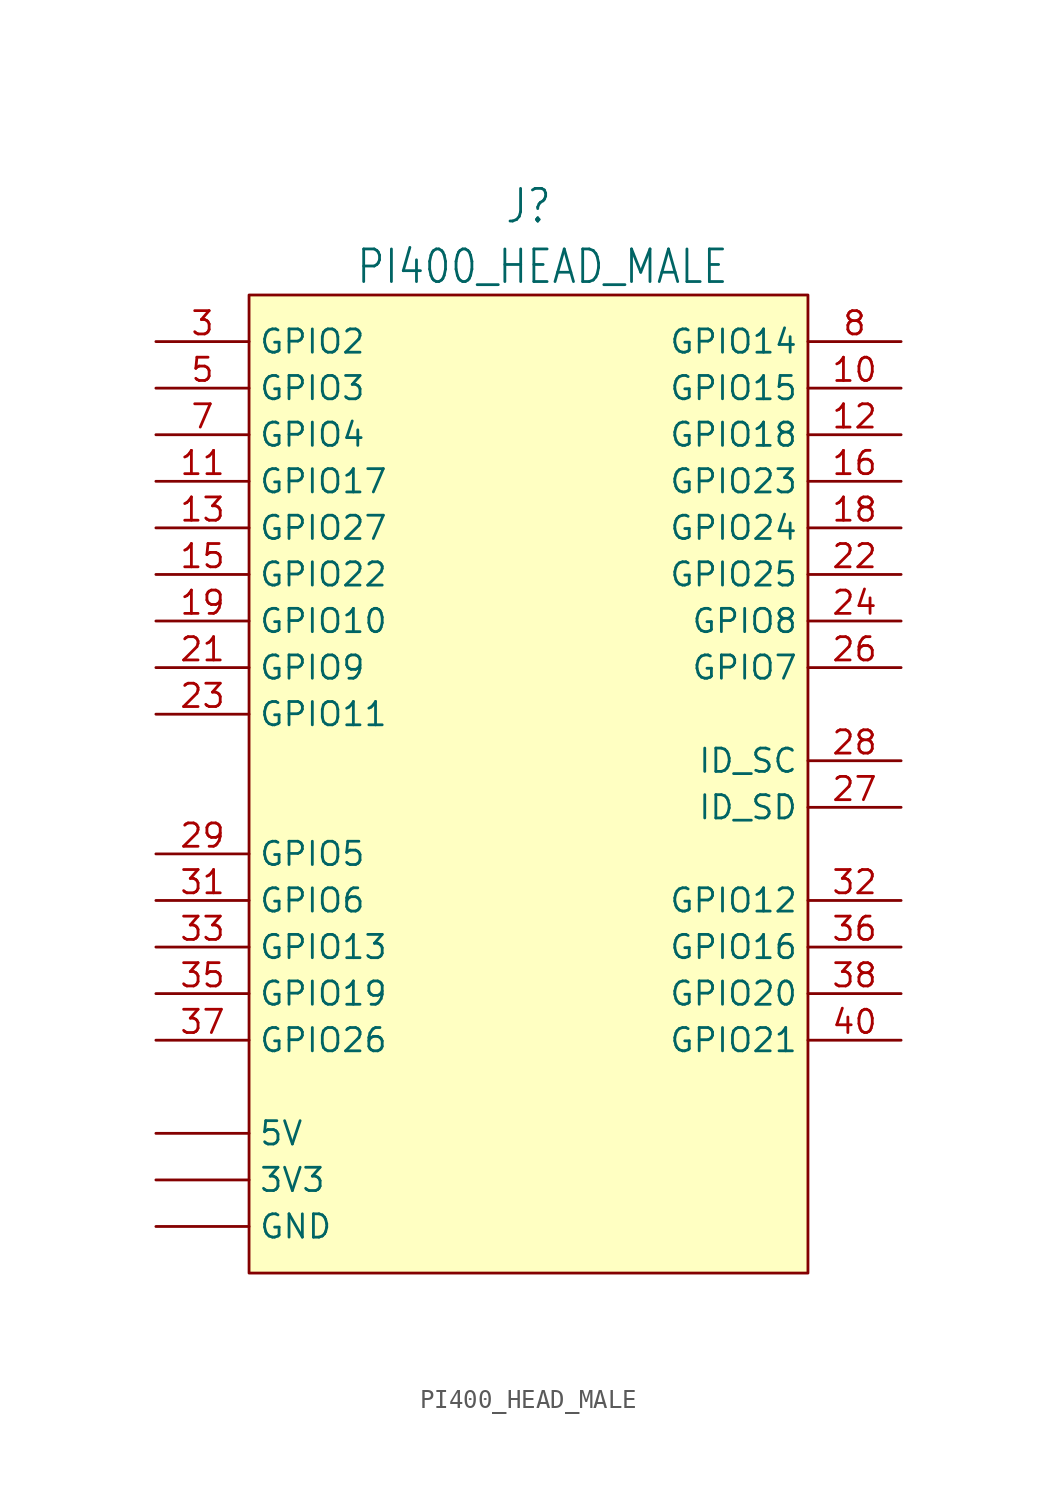
<source format=kicad_sym>
(kicad_symbol_lib
  (version 20241209)
  (generator "kicad_symbol_editor")
  (generator_version "9.0")
  (symbol "PI400_HEAD_MALE"
    (property "Reference" "J"
      (at 0 29.21 0)
      (effects (font (size 1.778 1.511)) (justify bottom)))
    (property "Value" "PI400_HEAD_MALE"
      (at 0.762 25.908 0)
      (effects (font (size 1.778 1.511)) (justify bottom)))
    (symbol "PI400_HEAD_MALE_1_0"
      (pin bidirectional line (at -20.32 22.86 0) (length 5.08) (name "GPIO2" (effects (font (size 1.27 1.27)))) (number "3" (effects (font (size 1.27 1.27)))))
      (pin bidirectional line (at -20.32 20.32 0) (length 5.08) (name "GPIO3" (effects (font (size 1.27 1.27)))) (number "5" (effects (font (size 1.27 1.27)))))
      (pin bidirectional line (at -20.32 17.78 0) (length 5.08) (name "GPIO4" (effects (font (size 1.27 1.27)))) (number "7" (effects (font (size 1.27 1.27)))))
      (pin bidirectional line (at -20.32 15.24 0) (length 5.08) (name "GPIO17" (effects (font (size 1.27 1.27)))) (number "11" (effects (font (size 1.27 1.27)))))
      (pin bidirectional line (at -20.32 12.7 0) (length 5.08) (name "GPIO27" (effects (font (size 1.27 1.27)))) (number "13" (effects (font (size 1.27 1.27)))))
      (pin bidirectional line (at -20.32 10.16 0) (length 5.08) (name "GPIO22" (effects (font (size 1.27 1.27)))) (number "15" (effects (font (size 1.27 1.27)))))
      (pin bidirectional line (at -20.32 7.62 0) (length 5.08) (name "GPIO10" (effects (font (size 1.27 1.27)))) (number "19" (effects (font (size 1.27 1.27)))))
      (pin bidirectional line (at -20.32 5.08 0) (length 5.08) (name "GPIO9" (effects (font (size 1.27 1.27)))) (number "21" (effects (font (size 1.27 1.27)))))
      (pin bidirectional line (at -20.32 2.54 0) (length 5.08) (name "GPIO11" (effects (font (size 1.27 1.27)))) (number "23" (effects (font (size 1.27 1.27)))))
      (pin bidirectional line (at -20.32 -5.08 0) (length 5.08) (name "GPIO5" (effects (font (size 1.27 1.27)))) (number "29" (effects (font (size 1.27 1.27)))))
      (pin bidirectional line (at -20.32 -7.62 0) (length 5.08) (name "GPIO6" (effects (font (size 1.27 1.27)))) (number "31" (effects (font (size 1.27 1.27)))))
      (pin bidirectional line (at -20.32 -10.16 0) (length 5.08) (name "GPIO13" (effects (font (size 1.27 1.27)))) (number "33" (effects (font (size 1.27 1.27)))))
      (pin bidirectional line (at -20.32 -12.7 0) (length 5.08) (name "GPIO19" (effects (font (size 1.27 1.27)))) (number "35" (effects (font (size 1.27 1.27)))))
      (pin bidirectional line (at -20.32 -15.24 0) (length 5.08) (name "GPIO26" (effects (font (size 1.27 1.27)))) (number "37" (effects (font (size 1.27 1.27)))))
      (pin power_in line (at -20.32 -20.32 0) (length 5.08) (name "5V" (effects (font (size 1.27 1.27)))) (number "2" (effects (font (size 0 0)))))
      (pin passive line (at -20.32 -20.32 0) (length 5.08) (hide yes) (name "5V" (effects (font (size 1.27 1.27)))) (number "4" (effects (font (size 0 0)))))
      (pin power_in line (at -20.32 -22.86 0) (length 5.08) (name "3V3" (effects (font (size 1.27 1.27)))) (number "1" (effects (font (size 0 0)))))
      (pin passive line (at -20.32 -22.86 0) (length 5.08) (hide yes) (name "3V3" (effects (font (size 1.27 1.27)))) (number "17" (effects (font (size 0 0)))))
      (pin passive line (at -20.32 -25.4 0) (length 5.08) (name "GND" (effects (font (size 1.27 1.27)))) (number "14" (effects (font (size 0 0)))))
      (pin passive line (at -20.32 -25.4 0) (length 5.08) (hide yes) (name "GND" (effects (font (size 1.27 1.27)))) (number "20" (effects (font (size 0 0)))))
      (pin passive line (at -20.32 -25.4 0) (length 5.08) (hide yes) (name "GND" (effects (font (size 1.27 1.27)))) (number "25" (effects (font (size 0 0)))))
      (pin passive line (at -20.32 -25.4 0) (length 5.08) (hide yes) (name "GND" (effects (font (size 1.27 1.27)))) (number "30" (effects (font (size 0 0)))))
      (pin passive line (at -20.32 -25.4 0) (length 5.08) (hide yes) (name "GND" (effects (font (size 1.27 1.27)))) (number "34" (effects (font (size 0 0)))))
      (pin passive line (at -20.32 -25.4 0) (length 5.08) (hide yes) (name "GND" (effects (font (size 1.27 1.27)))) (number "39" (effects (font (size 0 0)))))
      (pin passive line (at -20.32 -25.4 0) (length 5.08) (hide yes) (name "GND" (effects (font (size 1.27 1.27)))) (number "6" (effects (font (size 0 0)))))
      (pin passive line (at -20.32 -25.4 0) (length 5.08) (hide yes) (name "GND" (effects (font (size 1.27 1.27)))) (number "9" (effects (font (size 0 0)))))
      (pin bidirectional line (at 20.32 22.86 180) (length 5.08) (name "GPIO14" (effects (font (size 1.27 1.27)))) (number "8" (effects (font (size 1.27 1.27)))))
      (pin bidirectional line (at 20.32 20.32 180) (length 5.08) (name "GPIO15" (effects (font (size 1.27 1.27)))) (number "10" (effects (font (size 1.27 1.27)))))
      (pin bidirectional line (at 20.32 17.78 180) (length 5.08) (name "GPIO18" (effects (font (size 1.27 1.27)))) (number "12" (effects (font (size 1.27 1.27)))))
      (pin bidirectional line (at 20.32 15.24 180) (length 5.08) (name "GPIO23" (effects (font (size 1.27 1.27)))) (number "16" (effects (font (size 1.27 1.27)))))
      (pin bidirectional line (at 20.32 12.7 180) (length 5.08) (name "GPIO24" (effects (font (size 1.27 1.27)))) (number "18" (effects (font (size 1.27 1.27)))))
      (pin bidirectional line (at 20.32 10.16 180) (length 5.08) (name "GPIO25" (effects (font (size 1.27 1.27)))) (number "22" (effects (font (size 1.27 1.27)))))
      (pin bidirectional line (at 20.32 7.62 180) (length 5.08) (name "GPIO8" (effects (font (size 1.27 1.27)))) (number "24" (effects (font (size 1.27 1.27)))))
      (pin bidirectional line (at 20.32 5.08 180) (length 5.08) (name "GPIO7" (effects (font (size 1.27 1.27)))) (number "26" (effects (font (size 1.27 1.27)))))
      (pin bidirectional line (at 20.32 0 180) (length 5.08) (name "ID_SC" (effects (font (size 1.27 1.27)))) (number "28" (effects (font (size 1.27 1.27)))))
      (pin bidirectional line (at 20.32 -2.54 180) (length 5.08) (name "ID_SD" (effects (font (size 1.27 1.27)))) (number "27" (effects (font (size 1.27 1.27)))))
      (pin bidirectional line (at 20.32 -7.62 180) (length 5.08) (name "GPIO12" (effects (font (size 1.27 1.27)))) (number "32" (effects (font (size 1.27 1.27)))))
      (pin bidirectional line (at 20.32 -10.16 180) (length 5.08) (name "GPIO16" (effects (font (size 1.27 1.27)))) (number "36" (effects (font (size 1.27 1.27)))))
      (pin bidirectional line (at 20.32 -12.7 180) (length 5.08) (name "GPIO20" (effects (font (size 1.27 1.27)))) (number "38" (effects (font (size 1.27 1.27)))))
      (pin bidirectional line (at 20.32 -15.24 180) (length 5.08) (name "GPIO21" (effects (font (size 1.27 1.27)))) (number "40" (effects (font (size 1.27 1.27))))))
    (symbol "PI400_HEAD_MALE_1_1"
      (rectangle (start -15.24 25.4) (end 15.24 -27.94) (stroke (width 0) (type default)) (fill (type background))))))
</source>
